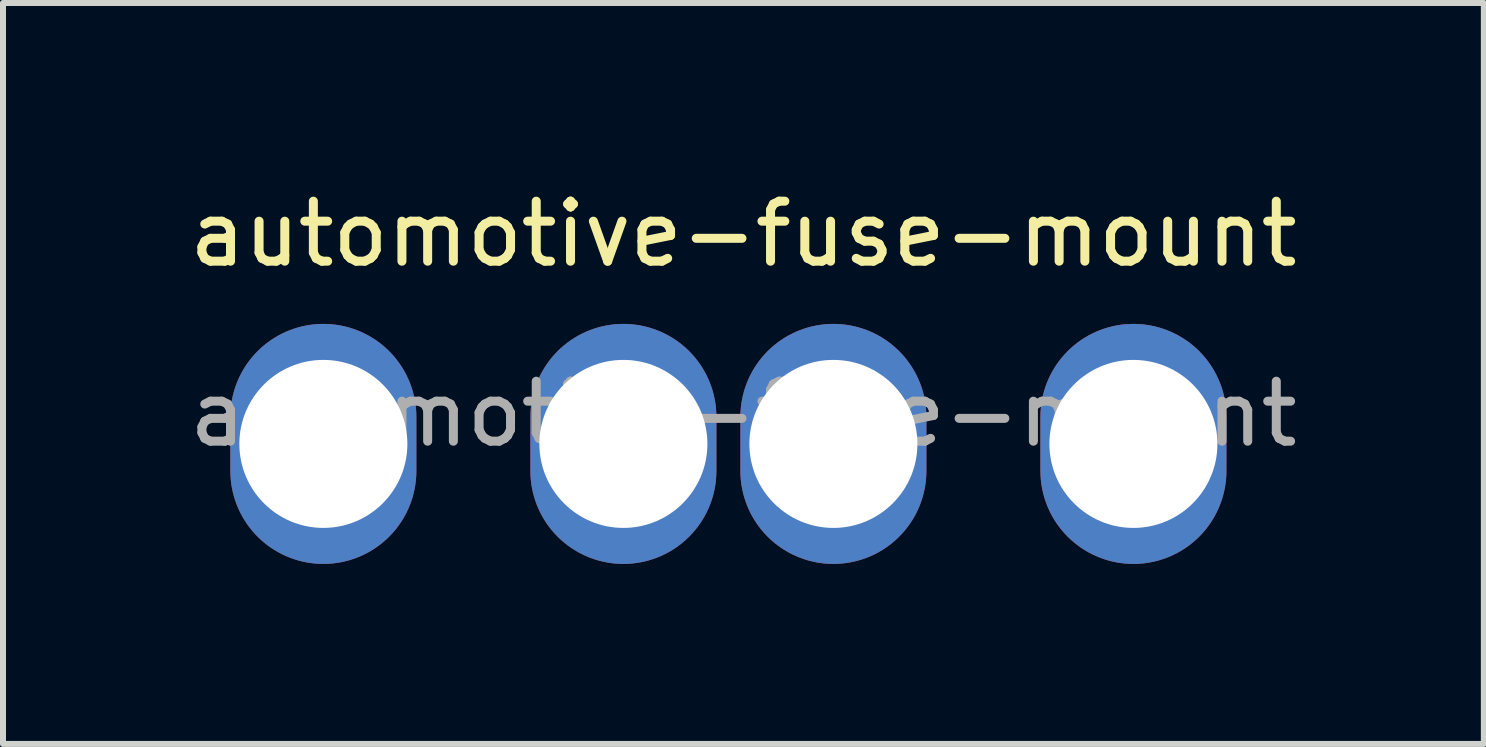
<source format=kicad_pcb>
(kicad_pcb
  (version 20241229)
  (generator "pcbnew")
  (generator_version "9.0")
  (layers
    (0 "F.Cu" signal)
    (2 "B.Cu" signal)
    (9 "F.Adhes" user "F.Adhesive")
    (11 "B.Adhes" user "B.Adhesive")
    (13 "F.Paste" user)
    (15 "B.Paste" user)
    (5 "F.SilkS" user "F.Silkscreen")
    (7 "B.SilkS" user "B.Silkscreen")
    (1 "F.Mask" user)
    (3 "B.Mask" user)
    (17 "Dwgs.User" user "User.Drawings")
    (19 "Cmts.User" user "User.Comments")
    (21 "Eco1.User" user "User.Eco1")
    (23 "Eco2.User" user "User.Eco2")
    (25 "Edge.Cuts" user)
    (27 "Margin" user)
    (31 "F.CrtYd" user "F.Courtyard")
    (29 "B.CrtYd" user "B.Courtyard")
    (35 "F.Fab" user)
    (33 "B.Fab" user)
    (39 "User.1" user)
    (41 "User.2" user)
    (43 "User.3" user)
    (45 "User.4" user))
  (footprint "automotive-fuse-mount"
    (layer "F.Cu")
    (at 9.339 1.348)
    (property "Reference" "automotive-fuse-mount" (at 0 -0.5 0) (unlocked yes) (layer "F.SilkS") (effects (font (size 1 1) (thickness 0.15))))
    (attr through_hole)
    (fp_text user "${REFERENCE}" (at 0 2.5 0) (unlocked yes) (layer "F.Fab") (effects (font (size 1 1) (thickness 0.15))))
    (pad "1" thru_hole oval (at -7 3) (size 3.1 4) (drill 2.8) (layers "*.Cu" "*.Mask"))
    (pad "1" thru_hole oval (at -2 3) (size 3.1 4) (drill 2.8) (layers "*.Cu" "*.Mask"))
    (pad "2" thru_hole oval (at 1.5 3) (size 3.1 4) (drill 2.8) (layers "*.Cu" "*.Mask"))
    (pad "2" thru_hole oval (at 6.5 3) (size 3.1 4) (drill 2.8) (layers "*.Cu" "*.Mask")))
  (gr_rect
    (start -3 -3)
    (end 21.679 9.348)
    (stroke (width 0.1) (type default))
    (fill no)
    (layer "Edge.Cuts")))
</source>
